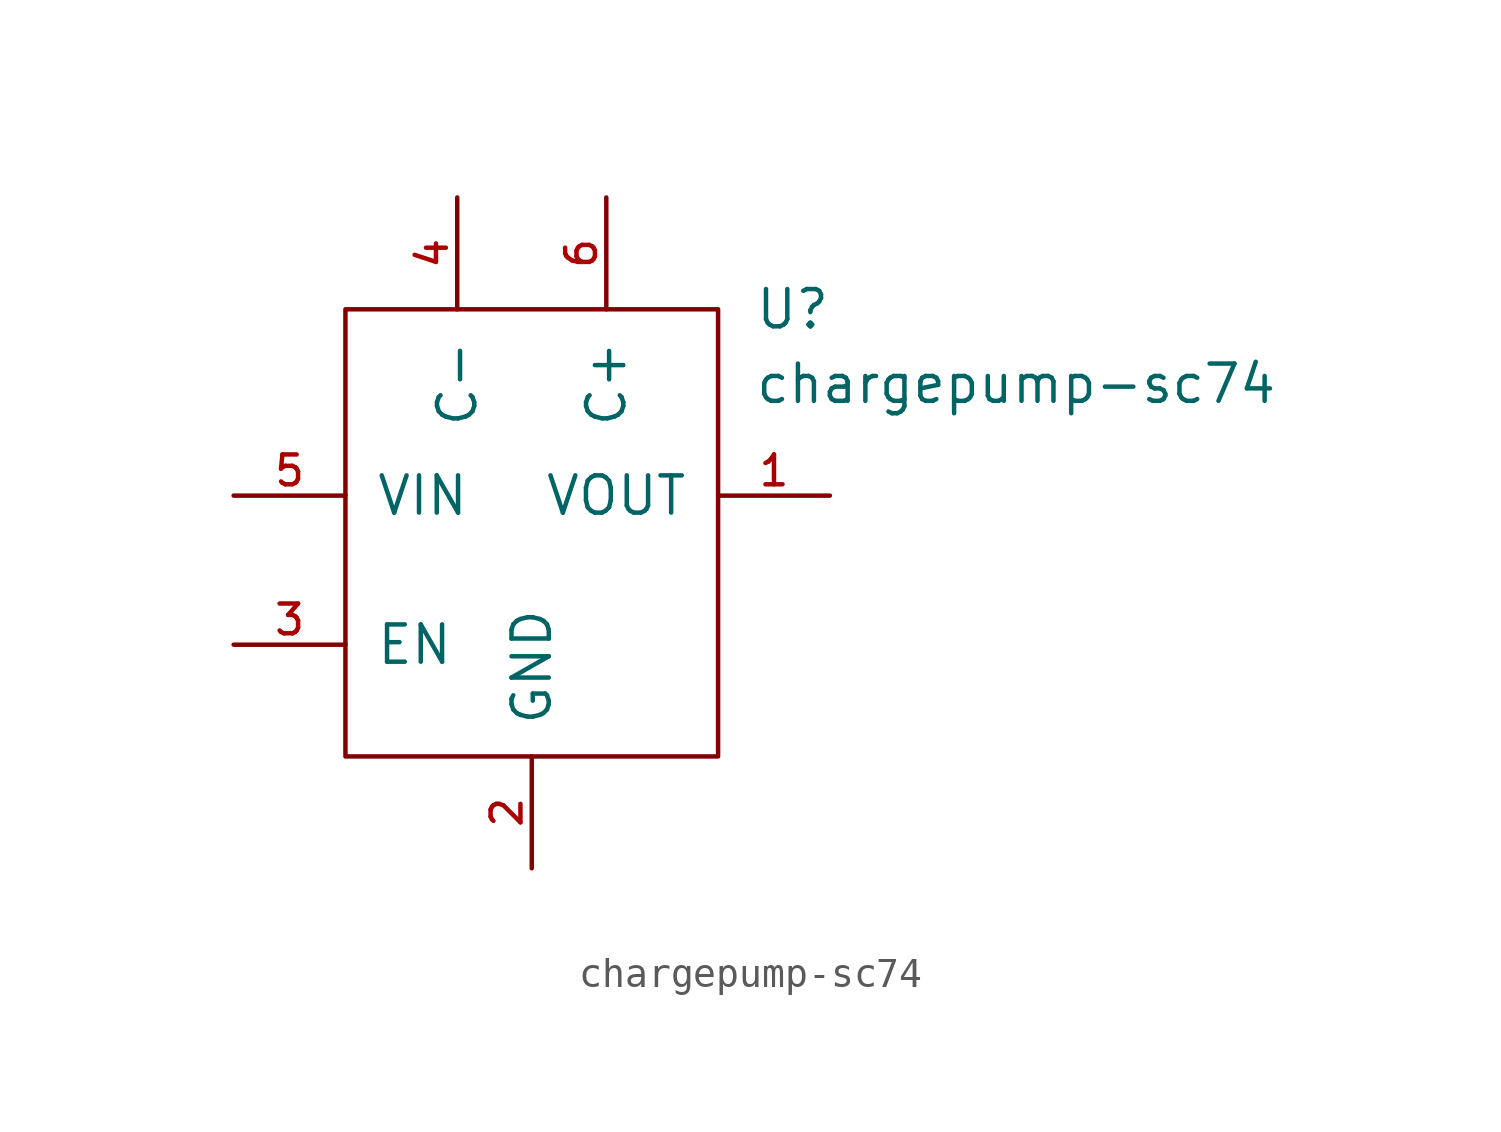
<source format=kicad_sym>
(kicad_symbol_lib
  (version 20211014)
  (generator kicad_symbol_editor)
  (symbol "chargepump-sc74"
    (pin_names
      (offset 1.016))
    (property "Reference" "U"
      (at 8.89 6.35 0)
      (effects (font (size 1.27 1.27))))
    (property "Value" "chargepump-sc74"
      (at 16.51 3.81 0)
      (effects (font (size 1.27 1.27))))
    (symbol "chargepump-sc74_0_1"
      (rectangle (start -6.35 6.35) (end 6.35 -8.89) (stroke (width 0) (type default) (color 0 0 0 0)) (fill (type none))))
    (symbol "chargepump-sc74_1_1"
      (pin power_out line (at 10.16 0 180) (length 3.81) (name "VOUT" (effects (font (size 1.27 1.27)))) (number "1" (effects (font (size 1.016 1.016)))))
      (pin power_in line (at 0 -12.7 90) (length 3.81) (name "GND" (effects (font (size 1.27 1.27)))) (number "2" (effects (font (size 1.016 1.016)))))
      (pin input line (at -10.16 -5.08 0) (length 3.81) (name "EN" (effects (font (size 1.27 1.27)))) (number "3" (effects (font (size 1.016 1.016)))))
      (pin passive line (at -2.54 10.16 270) (length 3.81) (name "C-" (effects (font (size 1.27 1.27)))) (number "4" (effects (font (size 1.016 1.016)))))
      (pin power_in line (at -10.16 0 0) (length 3.81) (name "VIN" (effects (font (size 1.27 1.27)))) (number "5" (effects (font (size 1.016 1.016)))))
      (pin passive line (at 2.54 10.16 270) (length 3.81) (name "C+" (effects (font (size 1.27 1.27)))) (number "6" (effects (font (size 1.016 1.016))))))))
</source>
